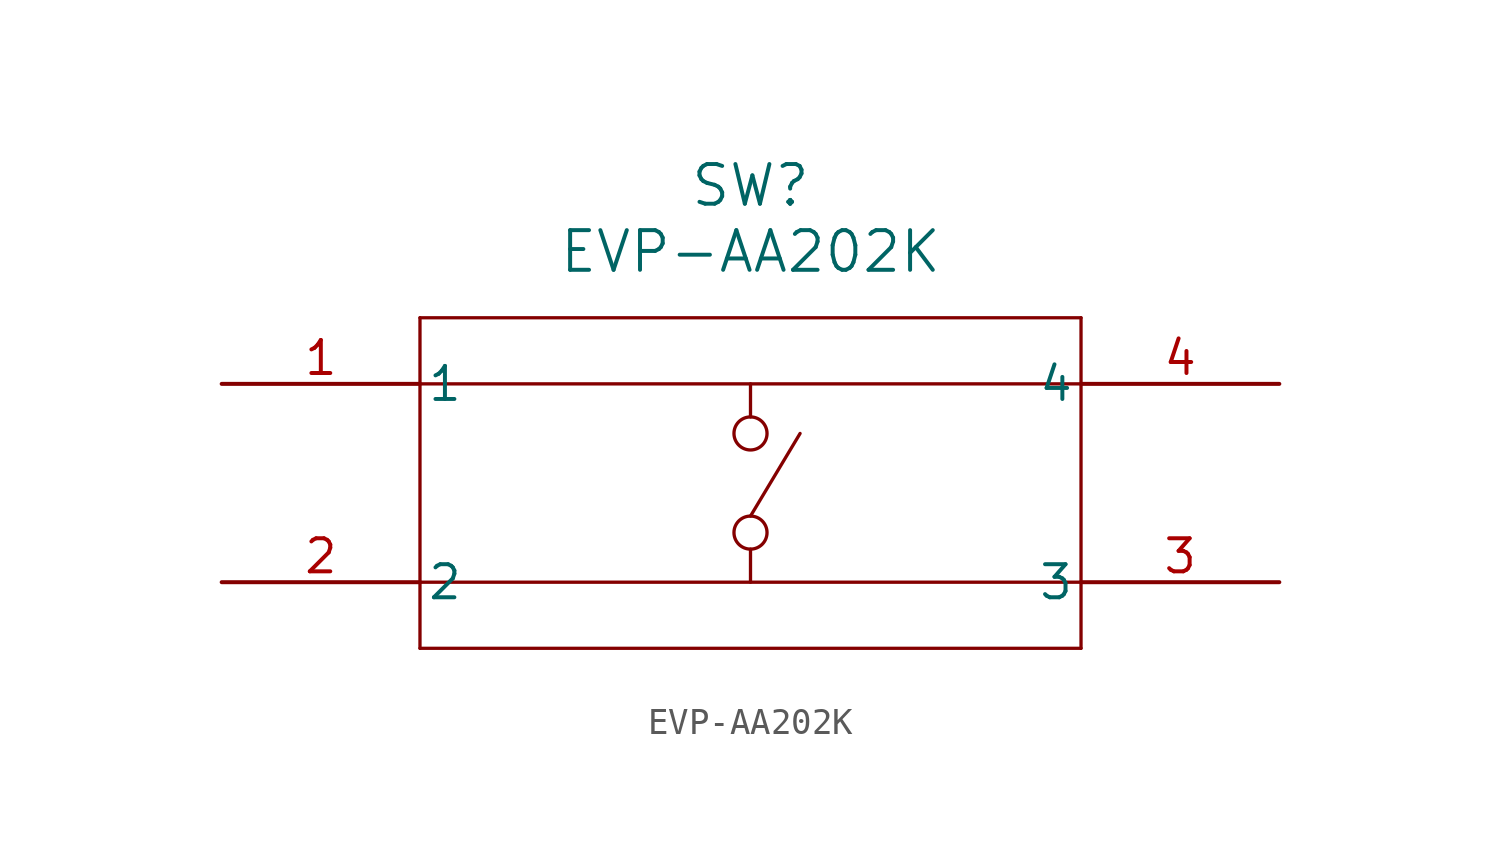
<source format=kicad_sym>
(kicad_symbol_lib
  (version 20231120)
  (generator "kicad_symbol_editor")
  (generator_version "8.0")
  (symbol "EVP-AA202K"
    (pin_names
      (offset 0.254))
    (property "Reference" "SW"
      (at 20.32 7.62 0)
      (effects (font (size 1.524 1.524))))
    (property "Value" "EVP-AA202K"
      (at 20.32 5.08 0)
      (effects (font (size 1.524 1.524))))
    (property "ki_locked" ""
      (at 0 0 0)
      (effects (font (size 1.27 1.27))))
    (symbol "EVP-AA202K_0_1"
      (polyline (pts (xy 7.62 -10.16) (xy 33.02 -10.16)) (stroke (width 0.127) (type default)) (fill (type none)))
      (polyline (pts (xy 7.62 0) (xy 33.02 0)) (stroke (width 0.127) (type default)) (fill (type none)))
      (polyline (pts (xy 7.62 2.54) (xy 7.62 -10.16)) (stroke (width 0.127) (type default)) (fill (type none)))
      (polyline (pts (xy 20.32 -7.62) (xy 20.32 -6.35)) (stroke (width 0.127) (type default)) (fill (type none)))
      (polyline (pts (xy 20.32 -5.08) (xy 22.225 -1.905)) (stroke (width 0.127) (type default)) (fill (type none)))
      (polyline (pts (xy 20.32 0) (xy 20.32 -1.27)) (stroke (width 0.127) (type default)) (fill (type none)))
      (polyline (pts (xy 33.02 -10.16) (xy 33.02 2.54)) (stroke (width 0.127) (type default)) (fill (type none)))
      (polyline (pts (xy 33.02 -7.62) (xy 7.62 -7.62)) (stroke (width 0.127) (type default)) (fill (type none)))
      (polyline (pts (xy 33.02 2.54) (xy 7.62 2.54)) (stroke (width 0.127) (type default)) (fill (type none)))
      (circle (center 20.32 -5.715) (radius 0.635) (stroke (width 0.127) (type default)) (fill (type none)))
      (circle (center 20.32 -1.905) (radius 0.635) (stroke (width 0.127) (type default)) (fill (type none))))
    (symbol "EVP-AA202K_1_1"
      (pin passive line (at 0 0 0) (length 7.62) (name "1" (effects (font (size 1.27 1.27)))) (number "1" (effects (font (size 1.27 1.27)))))
      (pin passive line (at 0 -7.62 0) (length 7.62) (name "2" (effects (font (size 1.27 1.27)))) (number "2" (effects (font (size 1.27 1.27)))))
      (pin passive line (at 40.64 -7.62 180) (length 7.62) (name "3" (effects (font (size 1.27 1.27)))) (number "3" (effects (font (size 1.27 1.27)))))
      (pin passive line (at 40.64 0 180) (length 7.62) (name "4" (effects (font (size 1.27 1.27)))) (number "4" (effects (font (size 1.27 1.27))))))))
</source>
